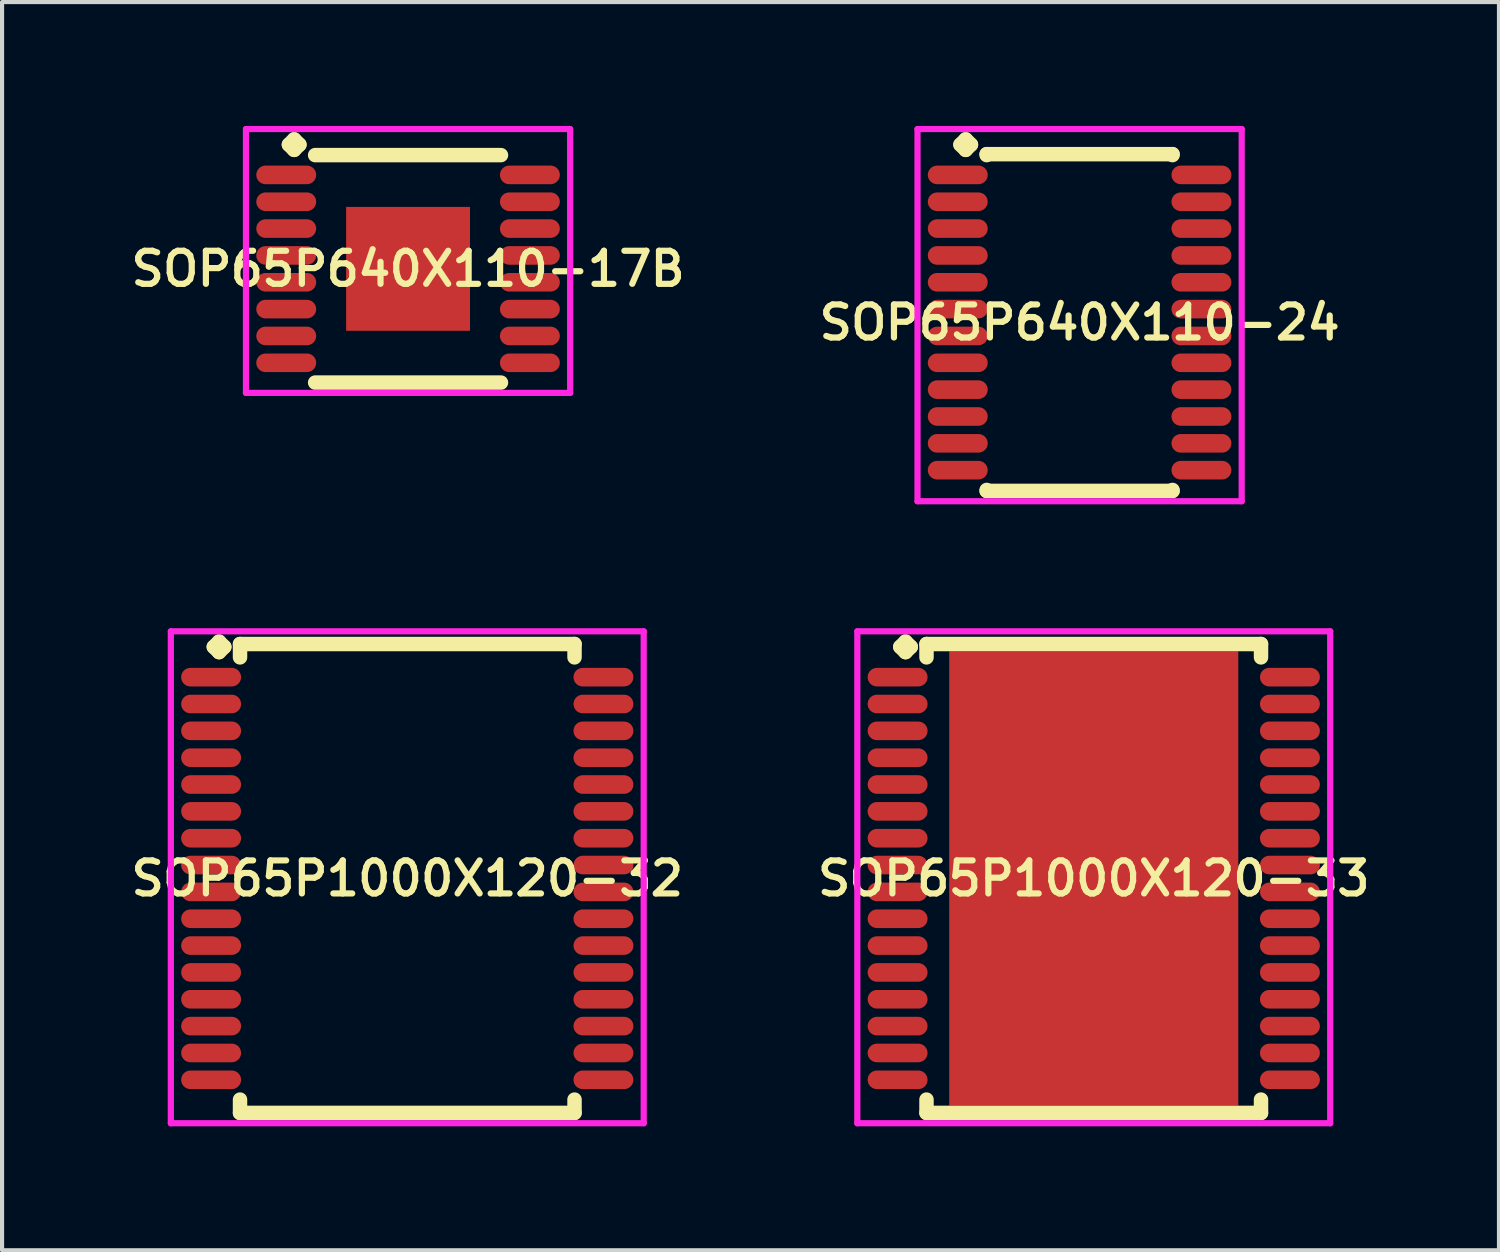
<source format=kicad_pcb>
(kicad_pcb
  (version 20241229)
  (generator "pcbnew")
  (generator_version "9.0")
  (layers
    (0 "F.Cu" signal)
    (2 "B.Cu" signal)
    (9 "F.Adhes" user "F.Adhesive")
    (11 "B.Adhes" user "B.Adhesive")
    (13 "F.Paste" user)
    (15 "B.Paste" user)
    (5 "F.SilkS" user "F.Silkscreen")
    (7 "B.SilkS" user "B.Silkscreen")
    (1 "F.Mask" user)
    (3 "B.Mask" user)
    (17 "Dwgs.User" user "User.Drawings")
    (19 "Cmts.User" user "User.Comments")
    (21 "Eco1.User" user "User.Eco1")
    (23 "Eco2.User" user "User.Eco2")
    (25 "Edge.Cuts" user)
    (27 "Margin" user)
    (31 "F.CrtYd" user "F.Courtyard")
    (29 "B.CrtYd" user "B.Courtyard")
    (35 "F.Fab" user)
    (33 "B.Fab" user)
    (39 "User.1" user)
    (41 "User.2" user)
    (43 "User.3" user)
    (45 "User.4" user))
  (footprint "SOP65P640X110-17B"
    (layer "F.Cu")
    (at 6.831 3.46)
    (property "Reference" "SOP65P640X110-17B" (at 0 0 0) (layer "F.SilkS") (effects (font (size 0.8 0.8) (thickness 0.15))))
    (attr through_hole)
    (fp_line (start -2.885 -3.008) (end -2.758 -3.135) (stroke (width 0.35) (type solid)) (layer "F.SilkS"))
    (fp_line (start -2.758 -3.135) (end -2.631 -3.008) (stroke (width 0.35) (type solid)) (layer "F.SilkS"))
    (fp_line (start -2.758 -2.881) (end -2.885 -3.008) (stroke (width 0.35) (type solid)) (layer "F.SilkS"))
    (fp_line (start -2.631 -3.008) (end -2.758 -2.881) (stroke (width 0.35) (type solid)) (layer "F.SilkS"))
    (fp_line (start -2.25 -2.754) (end 2.25 -2.754) (stroke (width 0.35) (type solid)) (layer "F.SilkS"))
    (fp_line (start -2.25 2.754) (end 2.25 2.754) (stroke (width 0.35) (type solid)) (layer "F.SilkS"))
    (fp_line (start -3.925 -3.385) (end 3.925 -3.385) (stroke (width 0.15) (type solid)) (layer "F.CrtYd"))
    (fp_line (start -3.925 3.004) (end -3.925 -3.385) (stroke (width 0.15) (type solid)) (layer "F.CrtYd"))
    (fp_line (start 3.925 -3.385) (end 3.925 3.004) (stroke (width 0.15) (type solid)) (layer "F.CrtYd"))
    (fp_line (start 3.925 3.004) (end -3.925 3.004) (stroke (width 0.15) (type solid)) (layer "F.CrtYd"))
    (pad "1" smd oval (at -2.95 -2.275) (size 1.45 0.45) (layers "F.Cu" "F.Mask" "F.Paste"))
    (pad "2" smd oval (at -2.95 -1.625) (size 1.45 0.45) (layers "F.Cu" "F.Mask" "F.Paste"))
    (pad "3" smd oval (at -2.95 -0.975) (size 1.45 0.45) (layers "F.Cu" "F.Mask" "F.Paste"))
    (pad "4" smd oval (at -2.95 -0.325) (size 1.45 0.45) (layers "F.Cu" "F.Mask" "F.Paste"))
    (pad "5" smd oval (at -2.95 0.325) (size 1.45 0.45) (layers "F.Cu" "F.Mask" "F.Paste"))
    (pad "6" smd oval (at -2.95 0.975) (size 1.45 0.45) (layers "F.Cu" "F.Mask" "F.Paste"))
    (pad "7" smd oval (at -2.95 1.625) (size 1.45 0.45) (layers "F.Cu" "F.Mask" "F.Paste"))
    (pad "8" smd oval (at -2.95 2.275) (size 1.45 0.45) (layers "F.Cu" "F.Mask" "F.Paste"))
    (pad "9" smd oval (at 2.95 2.275) (size 1.45 0.45) (layers "F.Cu" "F.Mask" "F.Paste"))
    (pad "10" smd oval (at 2.95 1.625) (size 1.45 0.45) (layers "F.Cu" "F.Mask" "F.Paste"))
    (pad "11" smd oval (at 2.95 0.975) (size 1.45 0.45) (layers "F.Cu" "F.Mask" "F.Paste"))
    (pad "12" smd oval (at 2.95 0.325) (size 1.45 0.45) (layers "F.Cu" "F.Mask" "F.Paste"))
    (pad "13" smd oval (at 2.95 -0.325) (size 1.45 0.45) (layers "F.Cu" "F.Mask" "F.Paste"))
    (pad "14" smd oval (at 2.95 -0.975) (size 1.45 0.45) (layers "F.Cu" "F.Mask" "F.Paste"))
    (pad "15" smd oval (at 2.95 -1.625) (size 1.45 0.45) (layers "F.Cu" "F.Mask" "F.Paste"))
    (pad "16" smd oval (at 2.95 -2.275) (size 1.45 0.45) (layers "F.Cu" "F.Mask" "F.Paste"))
    (pad "17" smd rect (at 0 0) (size 3 3) (layers "F.Cu" "F.Mask" "F.Paste")))
  (footprint "SOP65P640X110-24"
    (layer "F.Cu")
    (at 23.092 4.76)
    (property "Reference" "SOP65P640X110-24" (at 0 0 0) (layer "F.SilkS") (effects (font (size 0.8 0.8) (thickness 0.15))))
    (attr smd)
    (fp_line (start -2.885 -4.308) (end -2.758 -4.435) (stroke (width 0.35) (type solid)) (layer "F.SilkS"))
    (fp_line (start -2.758 -4.435) (end -2.631 -4.308) (stroke (width 0.35) (type solid)) (layer "F.SilkS"))
    (fp_line (start -2.758 -4.181) (end -2.885 -4.308) (stroke (width 0.35) (type solid)) (layer "F.SilkS"))
    (fp_line (start -2.631 -4.308) (end -2.758 -4.181) (stroke (width 0.35) (type solid)) (layer "F.SilkS"))
    (fp_line (start -2.25 -4.077) (end 2.25 -4.077) (stroke (width 0.35) (type solid)) (layer "F.SilkS"))
    (fp_line (start -2.25 -4.054) (end -2.25 -4.077) (stroke (width 0.35) (type solid)) (layer "F.SilkS"))
    (fp_line (start -2.25 4.054) (end -2.25 4.077) (stroke (width 0.35) (type solid)) (layer "F.SilkS"))
    (fp_line (start -2.25 4.077) (end 2.25 4.077) (stroke (width 0.35) (type solid)) (layer "F.SilkS"))
    (fp_line (start 2.25 -4.077) (end 2.25 -4.054) (stroke (width 0.35) (type solid)) (layer "F.SilkS"))
    (fp_line (start 2.25 4.077) (end 2.25 4.054) (stroke (width 0.35) (type solid)) (layer "F.SilkS"))
    (fp_line (start -3.925 -4.685) (end 3.925 -4.685) (stroke (width 0.15) (type solid)) (layer "F.CrtYd"))
    (fp_line (start -3.925 4.327) (end -3.925 -4.685) (stroke (width 0.15) (type solid)) (layer "F.CrtYd"))
    (fp_line (start 3.925 -4.685) (end 3.925 4.327) (stroke (width 0.15) (type solid)) (layer "F.CrtYd"))
    (fp_line (start 3.925 4.327) (end -3.925 4.327) (stroke (width 0.15) (type solid)) (layer "F.CrtYd"))
    (pad "1" smd oval (at -2.95 -3.575) (size 1.45 0.45) (layers "F.Cu" "F.Mask" "F.Paste"))
    (pad "2" smd oval (at -2.95 -2.925) (size 1.45 0.45) (layers "F.Cu" "F.Mask" "F.Paste"))
    (pad "3" smd oval (at -2.95 -2.275) (size 1.45 0.45) (layers "F.Cu" "F.Mask" "F.Paste"))
    (pad "4" smd oval (at -2.95 -1.625) (size 1.45 0.45) (layers "F.Cu" "F.Mask" "F.Paste"))
    (pad "5" smd oval (at -2.95 -0.975) (size 1.45 0.45) (layers "F.Cu" "F.Mask" "F.Paste"))
    (pad "6" smd oval (at -2.95 -0.325) (size 1.45 0.45) (layers "F.Cu" "F.Mask" "F.Paste"))
    (pad "7" smd oval (at -2.95 0.325) (size 1.45 0.45) (layers "F.Cu" "F.Mask" "F.Paste"))
    (pad "8" smd oval (at -2.95 0.975) (size 1.45 0.45) (layers "F.Cu" "F.Mask" "F.Paste"))
    (pad "9" smd oval (at -2.95 1.625) (size 1.45 0.45) (layers "F.Cu" "F.Mask" "F.Paste"))
    (pad "10" smd oval (at -2.95 2.275) (size 1.45 0.45) (layers "F.Cu" "F.Mask" "F.Paste"))
    (pad "11" smd oval (at -2.95 2.925) (size 1.45 0.45) (layers "F.Cu" "F.Mask" "F.Paste"))
    (pad "12" smd oval (at -2.95 3.575) (size 1.45 0.45) (layers "F.Cu" "F.Mask" "F.Paste"))
    (pad "13" smd oval (at 2.95 3.575) (size 1.45 0.45) (layers "F.Cu" "F.Mask" "F.Paste"))
    (pad "14" smd oval (at 2.95 2.925) (size 1.45 0.45) (layers "F.Cu" "F.Mask" "F.Paste"))
    (pad "15" smd oval (at 2.95 2.275) (size 1.45 0.45) (layers "F.Cu" "F.Mask" "F.Paste"))
    (pad "16" smd oval (at 2.95 1.625) (size 1.45 0.45) (layers "F.Cu" "F.Mask" "F.Paste"))
    (pad "17" smd oval (at 2.95 0.975) (size 1.45 0.45) (layers "F.Cu" "F.Mask" "F.Paste"))
    (pad "18" smd oval (at 2.95 0.325) (size 1.45 0.45) (layers "F.Cu" "F.Mask" "F.Paste"))
    (pad "19" smd oval (at 2.95 -0.325) (size 1.45 0.45) (layers "F.Cu" "F.Mask" "F.Paste"))
    (pad "20" smd oval (at 2.95 -0.975) (size 1.45 0.45) (layers "F.Cu" "F.Mask" "F.Paste"))
    (pad "21" smd oval (at 2.95 -1.625) (size 1.45 0.45) (layers "F.Cu" "F.Mask" "F.Paste"))
    (pad "22" smd oval (at 2.95 -2.275) (size 1.45 0.45) (layers "F.Cu" "F.Mask" "F.Paste"))
    (pad "23" smd oval (at 2.95 -2.925) (size 1.45 0.45) (layers "F.Cu" "F.Mask" "F.Paste"))
    (pad "24" smd oval (at 2.95 -3.575) (size 1.45 0.45) (layers "F.Cu" "F.Mask" "F.Paste")))
  (footprint "SOP65P1000X120-32"
    (layer "F.Cu")
    (at 6.812 18.222)
    (property "Reference" "SOP65P1000X120-32" (at 0 0 0) (layer "F.SilkS") (effects (font (size 0.8 0.8) (thickness 0.15))))
    (attr smd)
    (fp_line (start -4.685 -5.608) (end -4.558 -5.735) (stroke (width 0.35) (type solid)) (layer "F.SilkS"))
    (fp_line (start -4.558 -5.735) (end -4.431 -5.608) (stroke (width 0.35) (type solid)) (layer "F.SilkS"))
    (fp_line (start -4.558 -5.481) (end -4.685 -5.608) (stroke (width 0.35) (type solid)) (layer "F.SilkS"))
    (fp_line (start -4.431 -5.608) (end -4.558 -5.481) (stroke (width 0.35) (type solid)) (layer "F.SilkS"))
    (fp_line (start -4.05 -5.677) (end 4.05 -5.677) (stroke (width 0.35) (type solid)) (layer "F.SilkS"))
    (fp_line (start -4.05 -5.354) (end -4.05 -5.677) (stroke (width 0.35) (type solid)) (layer "F.SilkS"))
    (fp_line (start -4.05 5.354) (end -4.05 5.677) (stroke (width 0.35) (type solid)) (layer "F.SilkS"))
    (fp_line (start -4.05 5.677) (end 4.05 5.677) (stroke (width 0.35) (type solid)) (layer "F.SilkS"))
    (fp_line (start 4.05 -5.677) (end 4.05 -5.354) (stroke (width 0.35) (type solid)) (layer "F.SilkS"))
    (fp_line (start 4.05 5.677) (end 4.05 5.354) (stroke (width 0.35) (type solid)) (layer "F.SilkS"))
    (fp_line (start -5.725 -5.985) (end 5.725 -5.985) (stroke (width 0.15) (type solid)) (layer "F.CrtYd"))
    (fp_line (start -5.725 5.927) (end -5.725 -5.985) (stroke (width 0.15) (type solid)) (layer "F.CrtYd"))
    (fp_line (start 5.725 -5.985) (end 5.725 5.927) (stroke (width 0.15) (type solid)) (layer "F.CrtYd"))
    (fp_line (start 5.725 5.927) (end -5.725 5.927) (stroke (width 0.15) (type solid)) (layer "F.CrtYd"))
    (pad "1" smd oval (at -4.75 -4.875) (size 1.45 0.45) (layers "F.Cu" "F.Mask" "F.Paste"))
    (pad "2" smd oval (at -4.75 -4.225) (size 1.45 0.45) (layers "F.Cu" "F.Mask" "F.Paste"))
    (pad "3" smd oval (at -4.75 -3.575) (size 1.45 0.45) (layers "F.Cu" "F.Mask" "F.Paste"))
    (pad "4" smd oval (at -4.75 -2.925) (size 1.45 0.45) (layers "F.Cu" "F.Mask" "F.Paste"))
    (pad "5" smd oval (at -4.75 -2.275) (size 1.45 0.45) (layers "F.Cu" "F.Mask" "F.Paste"))
    (pad "6" smd oval (at -4.75 -1.625) (size 1.45 0.45) (layers "F.Cu" "F.Mask" "F.Paste"))
    (pad "7" smd oval (at -4.75 -0.975) (size 1.45 0.45) (layers "F.Cu" "F.Mask" "F.Paste"))
    (pad "8" smd oval (at -4.75 -0.325) (size 1.45 0.45) (layers "F.Cu" "F.Mask" "F.Paste"))
    (pad "9" smd oval (at -4.75 0.325) (size 1.45 0.45) (layers "F.Cu" "F.Mask" "F.Paste"))
    (pad "10" smd oval (at -4.75 0.975) (size 1.45 0.45) (layers "F.Cu" "F.Mask" "F.Paste"))
    (pad "11" smd oval (at -4.75 1.625) (size 1.45 0.45) (layers "F.Cu" "F.Mask" "F.Paste"))
    (pad "12" smd oval (at -4.75 2.275) (size 1.45 0.45) (layers "F.Cu" "F.Mask" "F.Paste"))
    (pad "13" smd oval (at -4.75 2.925) (size 1.45 0.45) (layers "F.Cu" "F.Mask" "F.Paste"))
    (pad "14" smd oval (at -4.75 3.575) (size 1.45 0.45) (layers "F.Cu" "F.Mask" "F.Paste"))
    (pad "15" smd oval (at -4.75 4.225) (size 1.45 0.45) (layers "F.Cu" "F.Mask" "F.Paste"))
    (pad "16" smd oval (at -4.75 4.875) (size 1.45 0.45) (layers "F.Cu" "F.Mask" "F.Paste"))
    (pad "17" smd oval (at 4.75 4.875) (size 1.45 0.45) (layers "F.Cu" "F.Mask" "F.Paste"))
    (pad "18" smd oval (at 4.75 4.225) (size 1.45 0.45) (layers "F.Cu" "F.Mask" "F.Paste"))
    (pad "19" smd oval (at 4.75 3.575) (size 1.45 0.45) (layers "F.Cu" "F.Mask" "F.Paste"))
    (pad "20" smd oval (at 4.75 2.925) (size 1.45 0.45) (layers "F.Cu" "F.Mask" "F.Paste"))
    (pad "21" smd oval (at 4.75 2.275) (size 1.45 0.45) (layers "F.Cu" "F.Mask" "F.Paste"))
    (pad "22" smd oval (at 4.75 1.625) (size 1.45 0.45) (layers "F.Cu" "F.Mask" "F.Paste"))
    (pad "23" smd oval (at 4.75 0.975) (size 1.45 0.45) (layers "F.Cu" "F.Mask" "F.Paste"))
    (pad "24" smd oval (at 4.75 0.325) (size 1.45 0.45) (layers "F.Cu" "F.Mask" "F.Paste"))
    (pad "25" smd oval (at 4.75 -0.325) (size 1.45 0.45) (layers "F.Cu" "F.Mask" "F.Paste"))
    (pad "26" smd oval (at 4.75 -0.975) (size 1.45 0.45) (layers "F.Cu" "F.Mask" "F.Paste"))
    (pad "27" smd oval (at 4.75 -1.625) (size 1.45 0.45) (layers "F.Cu" "F.Mask" "F.Paste"))
    (pad "28" smd oval (at 4.75 -2.275) (size 1.45 0.45) (layers "F.Cu" "F.Mask" "F.Paste"))
    (pad "29" smd oval (at 4.75 -2.925) (size 1.45 0.45) (layers "F.Cu" "F.Mask" "F.Paste"))
    (pad "30" smd oval (at 4.75 -3.575) (size 1.45 0.45) (layers "F.Cu" "F.Mask" "F.Paste"))
    (pad "31" smd oval (at 4.75 -4.225) (size 1.45 0.45) (layers "F.Cu" "F.Mask" "F.Paste"))
    (pad "32" smd oval (at 4.75 -4.875) (size 1.45 0.45) (layers "F.Cu" "F.Mask" "F.Paste")))
  (footprint "SOP65P1000X120-33"
    (layer "F.Cu")
    (at 23.435 18.222)
    (property "Reference" "SOP65P1000X120-33" (at 0 0 0) (layer "F.SilkS") (effects (font (size 0.8 0.8) (thickness 0.15))))
    (attr smd)
    (fp_line (start -4.685 -5.608) (end -4.558 -5.735) (stroke (width 0.35) (type solid)) (layer "F.SilkS"))
    (fp_line (start -4.558 -5.735) (end -4.431 -5.608) (stroke (width 0.35) (type solid)) (layer "F.SilkS"))
    (fp_line (start -4.558 -5.481) (end -4.685 -5.608) (stroke (width 0.35) (type solid)) (layer "F.SilkS"))
    (fp_line (start -4.431 -5.608) (end -4.558 -5.481) (stroke (width 0.35) (type solid)) (layer "F.SilkS"))
    (fp_line (start -4.05 -5.677) (end 4.05 -5.677) (stroke (width 0.35) (type solid)) (layer "F.SilkS"))
    (fp_line (start -4.05 -5.354) (end -4.05 -5.677) (stroke (width 0.35) (type solid)) (layer "F.SilkS"))
    (fp_line (start -4.05 5.354) (end -4.05 5.677) (stroke (width 0.35) (type solid)) (layer "F.SilkS"))
    (fp_line (start -4.05 5.677) (end 4.05 5.677) (stroke (width 0.35) (type solid)) (layer "F.SilkS"))
    (fp_line (start 4.05 -5.677) (end 4.05 -5.354) (stroke (width 0.35) (type solid)) (layer "F.SilkS"))
    (fp_line (start 4.05 5.677) (end 4.05 5.354) (stroke (width 0.35) (type solid)) (layer "F.SilkS"))
    (fp_line (start -5.725 -5.985) (end 5.725 -5.985) (stroke (width 0.15) (type solid)) (layer "F.CrtYd"))
    (fp_line (start -5.725 5.927) (end -5.725 -5.985) (stroke (width 0.15) (type solid)) (layer "F.CrtYd"))
    (fp_line (start 5.725 -5.985) (end 5.725 5.927) (stroke (width 0.15) (type solid)) (layer "F.CrtYd"))
    (fp_line (start 5.725 5.927) (end -5.725 5.927) (stroke (width 0.15) (type solid)) (layer "F.CrtYd"))
    (pad "1" smd oval (at -4.75 -4.875) (size 1.45 0.45) (layers "F.Cu" "F.Mask" "F.Paste"))
    (pad "2" smd oval (at -4.75 -4.225) (size 1.45 0.45) (layers "F.Cu" "F.Mask" "F.Paste"))
    (pad "3" smd oval (at -4.75 -3.575) (size 1.45 0.45) (layers "F.Cu" "F.Mask" "F.Paste"))
    (pad "4" smd oval (at -4.75 -2.925) (size 1.45 0.45) (layers "F.Cu" "F.Mask" "F.Paste"))
    (pad "5" smd oval (at -4.75 -2.275) (size 1.45 0.45) (layers "F.Cu" "F.Mask" "F.Paste"))
    (pad "6" smd oval (at -4.75 -1.625) (size 1.45 0.45) (layers "F.Cu" "F.Mask" "F.Paste"))
    (pad "7" smd oval (at -4.75 -0.975) (size 1.45 0.45) (layers "F.Cu" "F.Mask" "F.Paste"))
    (pad "8" smd oval (at -4.75 -0.325) (size 1.45 0.45) (layers "F.Cu" "F.Mask" "F.Paste"))
    (pad "9" smd oval (at -4.75 0.325) (size 1.45 0.45) (layers "F.Cu" "F.Mask" "F.Paste"))
    (pad "10" smd oval (at -4.75 0.975) (size 1.45 0.45) (layers "F.Cu" "F.Mask" "F.Paste"))
    (pad "11" smd oval (at -4.75 1.625) (size 1.45 0.45) (layers "F.Cu" "F.Mask" "F.Paste"))
    (pad "12" smd oval (at -4.75 2.275) (size 1.45 0.45) (layers "F.Cu" "F.Mask" "F.Paste"))
    (pad "13" smd oval (at -4.75 2.925) (size 1.45 0.45) (layers "F.Cu" "F.Mask" "F.Paste"))
    (pad "14" smd oval (at -4.75 3.575) (size 1.45 0.45) (layers "F.Cu" "F.Mask" "F.Paste"))
    (pad "15" smd oval (at -4.75 4.225) (size 1.45 0.45) (layers "F.Cu" "F.Mask" "F.Paste"))
    (pad "16" smd oval (at -4.75 4.875) (size 1.45 0.45) (layers "F.Cu" "F.Mask" "F.Paste"))
    (pad "17" smd oval (at 4.75 4.875) (size 1.45 0.45) (layers "F.Cu" "F.Mask" "F.Paste"))
    (pad "18" smd oval (at 4.75 4.225) (size 1.45 0.45) (layers "F.Cu" "F.Mask" "F.Paste"))
    (pad "19" smd oval (at 4.75 3.575) (size 1.45 0.45) (layers "F.Cu" "F.Mask" "F.Paste"))
    (pad "20" smd oval (at 4.75 2.925) (size 1.45 0.45) (layers "F.Cu" "F.Mask" "F.Paste"))
    (pad "21" smd oval (at 4.75 2.275) (size 1.45 0.45) (layers "F.Cu" "F.Mask" "F.Paste"))
    (pad "22" smd oval (at 4.75 1.625) (size 1.45 0.45) (layers "F.Cu" "F.Mask" "F.Paste"))
    (pad "23" smd oval (at 4.75 0.975) (size 1.45 0.45) (layers "F.Cu" "F.Mask" "F.Paste"))
    (pad "24" smd oval (at 4.75 0.325) (size 1.45 0.45) (layers "F.Cu" "F.Mask" "F.Paste"))
    (pad "25" smd oval (at 4.75 -0.325) (size 1.45 0.45) (layers "F.Cu" "F.Mask" "F.Paste"))
    (pad "26" smd oval (at 4.75 -0.975) (size 1.45 0.45) (layers "F.Cu" "F.Mask" "F.Paste"))
    (pad "27" smd oval (at 4.75 -1.625) (size 1.45 0.45) (layers "F.Cu" "F.Mask" "F.Paste"))
    (pad "28" smd oval (at 4.75 -2.275) (size 1.45 0.45) (layers "F.Cu" "F.Mask" "F.Paste"))
    (pad "29" smd oval (at 4.75 -2.925) (size 1.45 0.45) (layers "F.Cu" "F.Mask" "F.Paste"))
    (pad "30" smd oval (at 4.75 -3.575) (size 1.45 0.45) (layers "F.Cu" "F.Mask" "F.Paste"))
    (pad "31" smd oval (at 4.75 -4.225) (size 1.45 0.45) (layers "F.Cu" "F.Mask" "F.Paste"))
    (pad "32" smd oval (at 4.75 -4.875) (size 1.45 0.45) (layers "F.Cu" "F.Mask" "F.Paste"))
    (pad "33" smd rect (at 0 0) (size 7 11) (layers "F.Cu" "F.Mask" "F.Paste")))
  (gr_rect
    (start -3 -3)
    (end 33.247 27.224)
    (stroke (width 0.1) (type default))
    (fill no)
    (layer "Edge.Cuts")))
</source>
